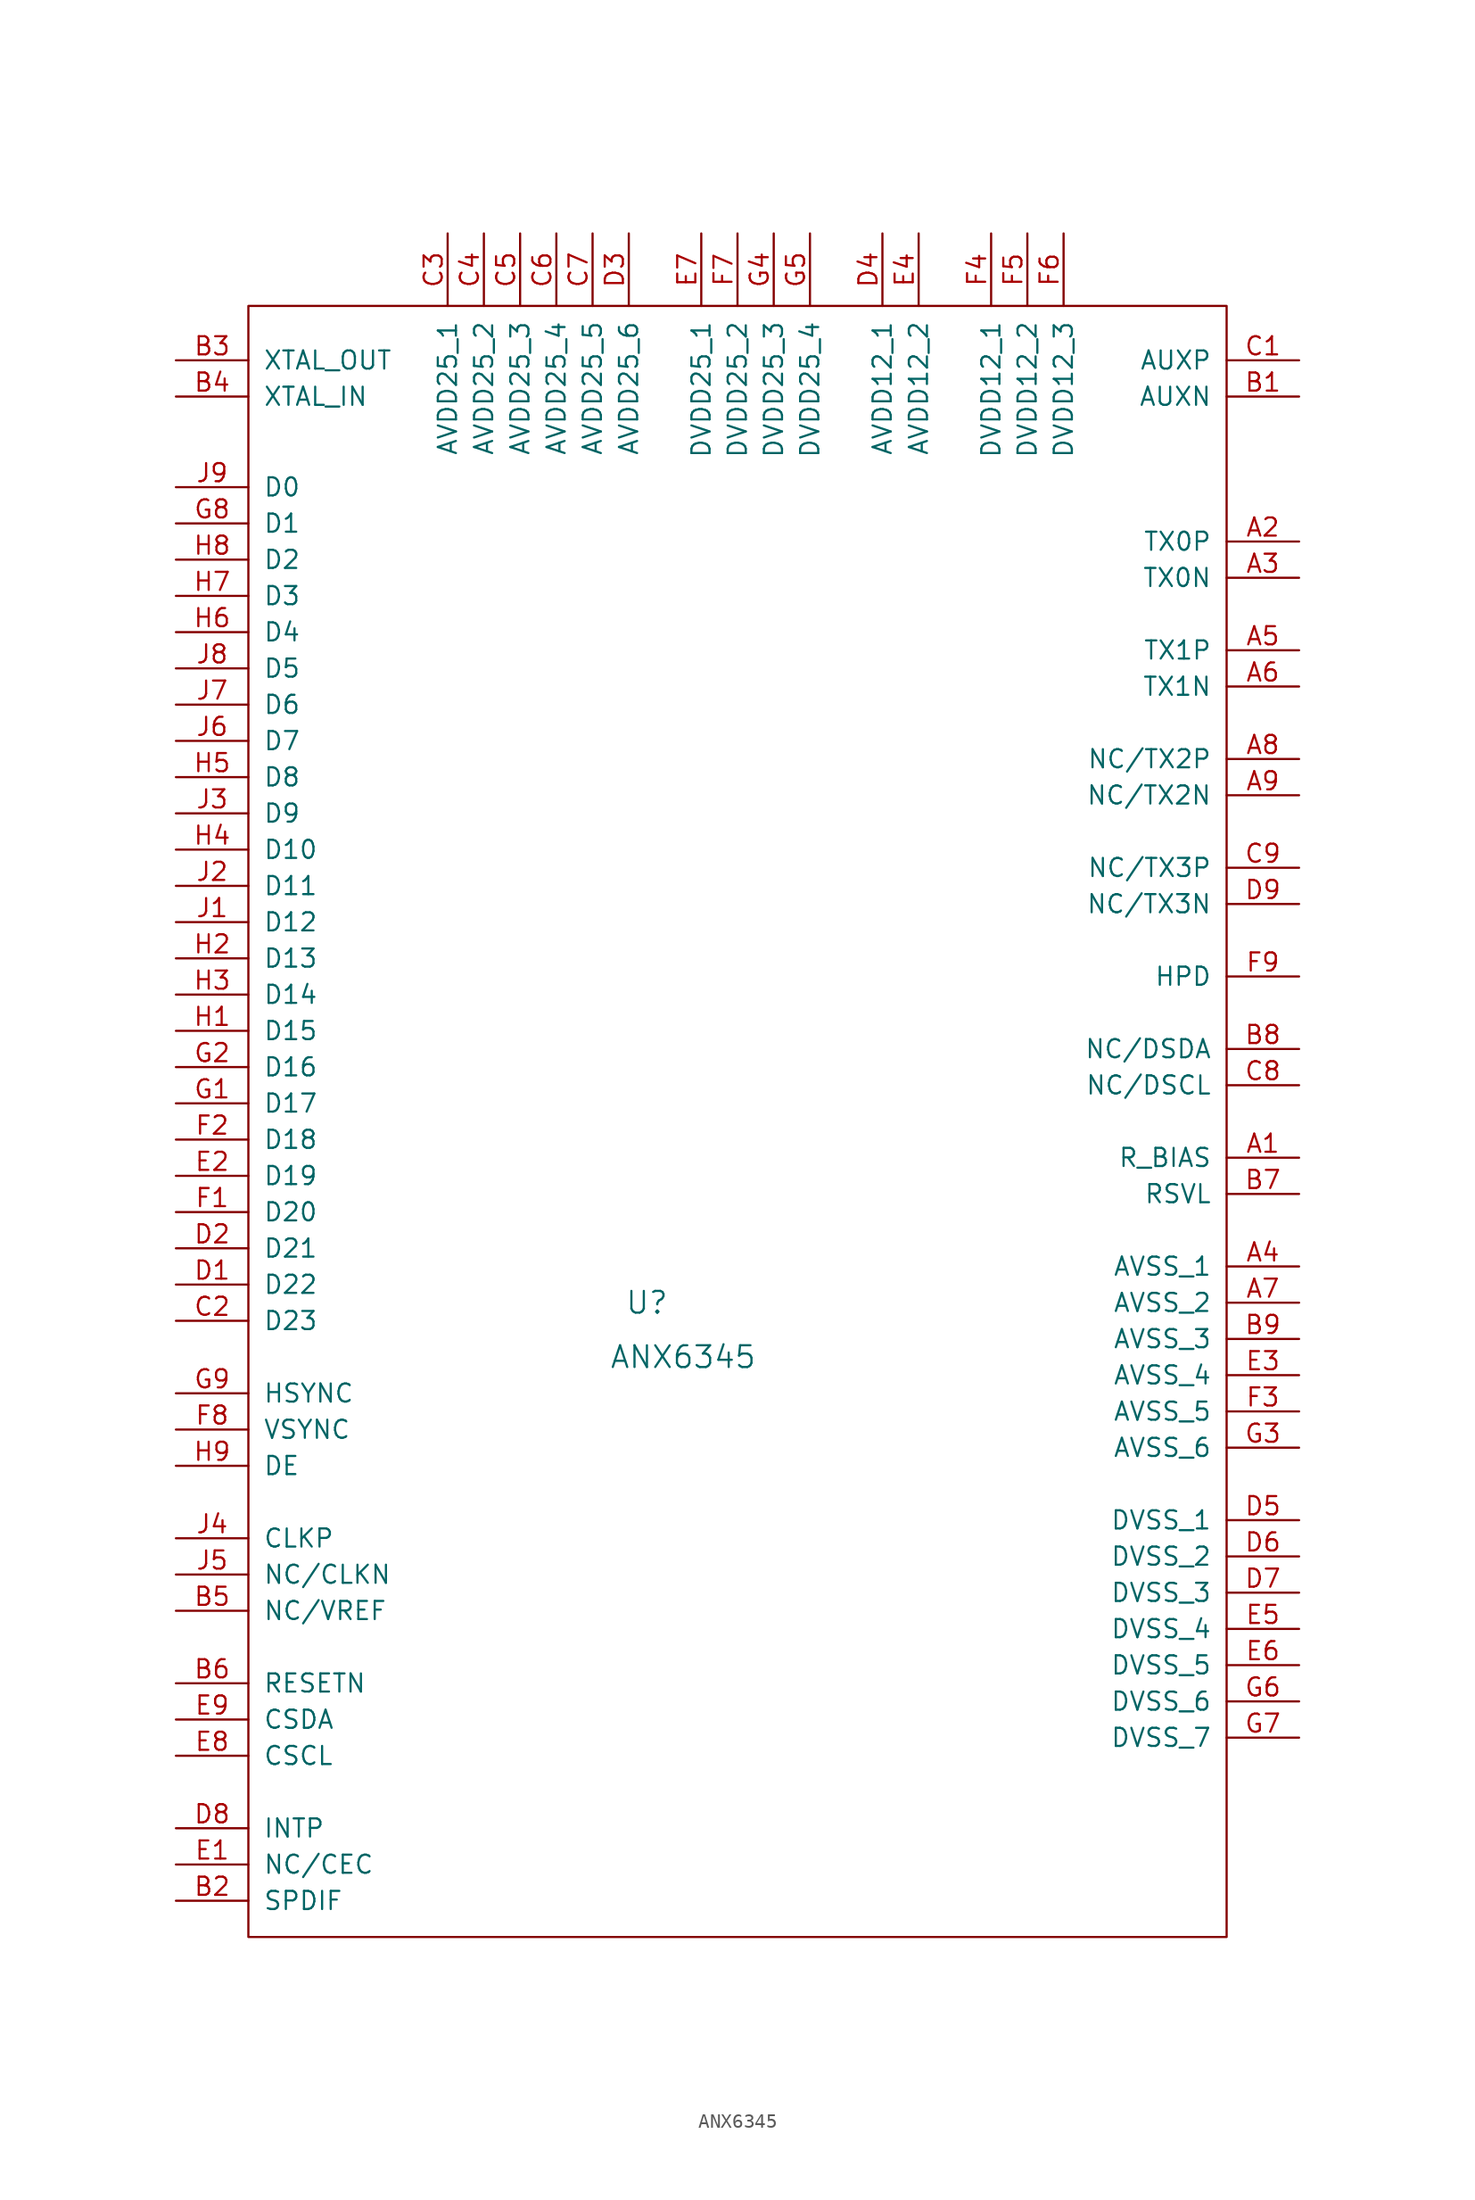
<source format=kicad_sym>
(kicad_symbol_lib
  (version 20241209)
  (generator "kicad_symbol_editor")
  (generator_version "9.0")
  (symbol "ANX6345"
    (pin_names
      (offset 1.016))
    (property "Reference" "U"
      (at -6.35 -17.78 0)
      (effects (font (size 1.524 1.524))))
    (property "Value" "ANX6345"
      (at -3.81 -21.59 0)
      (effects (font (size 1.524 1.524))))
    (symbol "ANX6345_0_1"
      (rectangle (start -34.29 52.07) (end 34.29 -62.23) (stroke (width 0) (type solid)) (fill (type none))))
    (symbol "ANX6345_1_1"
      (pin output line (at -39.37 48.26 0) (length 5.08) (name "XTAL_OUT" (effects (font (size 1.27 1.27)))) (number "B3" (effects (font (size 1.27 1.27)))))
      (pin input line (at -39.37 45.72 0) (length 5.08) (name "XTAL_IN" (effects (font (size 1.27 1.27)))) (number "B4" (effects (font (size 1.27 1.27)))))
      (pin input line (at -39.37 39.37 0) (length 5.08) (name "D0" (effects (font (size 1.27 1.27)))) (number "J9" (effects (font (size 1.27 1.27)))))
      (pin input line (at -39.37 36.83 0) (length 5.08) (name "D1" (effects (font (size 1.27 1.27)))) (number "G8" (effects (font (size 1.27 1.27)))))
      (pin input line (at -39.37 34.29 0) (length 5.08) (name "D2" (effects (font (size 1.27 1.27)))) (number "H8" (effects (font (size 1.27 1.27)))))
      (pin input line (at -39.37 31.75 0) (length 5.08) (name "D3" (effects (font (size 1.27 1.27)))) (number "H7" (effects (font (size 1.27 1.27)))))
      (pin input line (at -39.37 29.21 0) (length 5.08) (name "D4" (effects (font (size 1.27 1.27)))) (number "H6" (effects (font (size 1.27 1.27)))))
      (pin input line (at -39.37 26.67 0) (length 5.08) (name "D5" (effects (font (size 1.27 1.27)))) (number "J8" (effects (font (size 1.27 1.27)))))
      (pin input line (at -39.37 24.13 0) (length 5.08) (name "D6" (effects (font (size 1.27 1.27)))) (number "J7" (effects (font (size 1.27 1.27)))))
      (pin input line (at -39.37 21.59 0) (length 5.08) (name "D7" (effects (font (size 1.27 1.27)))) (number "J6" (effects (font (size 1.27 1.27)))))
      (pin input line (at -39.37 19.05 0) (length 5.08) (name "D8" (effects (font (size 1.27 1.27)))) (number "H5" (effects (font (size 1.27 1.27)))))
      (pin input line (at -39.37 16.51 0) (length 5.08) (name "D9" (effects (font (size 1.27 1.27)))) (number "J3" (effects (font (size 1.27 1.27)))))
      (pin input line (at -39.37 13.97 0) (length 5.08) (name "D10" (effects (font (size 1.27 1.27)))) (number "H4" (effects (font (size 1.27 1.27)))))
      (pin input line (at -39.37 11.43 0) (length 5.08) (name "D11" (effects (font (size 1.27 1.27)))) (number "J2" (effects (font (size 1.27 1.27)))))
      (pin input line (at -39.37 8.89 0) (length 5.08) (name "D12" (effects (font (size 1.27 1.27)))) (number "J1" (effects (font (size 1.27 1.27)))))
      (pin input line (at -39.37 6.35 0) (length 5.08) (name "D13" (effects (font (size 1.27 1.27)))) (number "H2" (effects (font (size 1.27 1.27)))))
      (pin input line (at -39.37 3.81 0) (length 5.08) (name "D14" (effects (font (size 1.27 1.27)))) (number "H3" (effects (font (size 1.27 1.27)))))
      (pin input line (at -39.37 1.27 0) (length 5.08) (name "D15" (effects (font (size 1.27 1.27)))) (number "H1" (effects (font (size 1.27 1.27)))))
      (pin input line (at -39.37 -1.27 0) (length 5.08) (name "D16" (effects (font (size 1.27 1.27)))) (number "G2" (effects (font (size 1.27 1.27)))))
      (pin input line (at -39.37 -3.81 0) (length 5.08) (name "D17" (effects (font (size 1.27 1.27)))) (number "G1" (effects (font (size 1.27 1.27)))))
      (pin input line (at -39.37 -6.35 0) (length 5.08) (name "D18" (effects (font (size 1.27 1.27)))) (number "F2" (effects (font (size 1.27 1.27)))))
      (pin input line (at -39.37 -8.89 0) (length 5.08) (name "D19" (effects (font (size 1.27 1.27)))) (number "E2" (effects (font (size 1.27 1.27)))))
      (pin input line (at -39.37 -11.43 0) (length 5.08) (name "D20" (effects (font (size 1.27 1.27)))) (number "F1" (effects (font (size 1.27 1.27)))))
      (pin input line (at -39.37 -13.97 0) (length 5.08) (name "D21" (effects (font (size 1.27 1.27)))) (number "D2" (effects (font (size 1.27 1.27)))))
      (pin input line (at -39.37 -16.51 0) (length 5.08) (name "D22" (effects (font (size 1.27 1.27)))) (number "D1" (effects (font (size 1.27 1.27)))))
      (pin input line (at -39.37 -19.05 0) (length 5.08) (name "D23" (effects (font (size 1.27 1.27)))) (number "C2" (effects (font (size 1.27 1.27)))))
      (pin input line (at -39.37 -24.13 0) (length 5.08) (name "HSYNC" (effects (font (size 1.27 1.27)))) (number "G9" (effects (font (size 1.27 1.27)))))
      (pin input line (at -39.37 -26.67 0) (length 5.08) (name "VSYNC" (effects (font (size 1.27 1.27)))) (number "F8" (effects (font (size 1.27 1.27)))))
      (pin input line (at -39.37 -29.21 0) (length 5.08) (name "DE" (effects (font (size 1.27 1.27)))) (number "H9" (effects (font (size 1.27 1.27)))))
      (pin input line (at -39.37 -34.29 0) (length 5.08) (name "CLKP" (effects (font (size 1.27 1.27)))) (number "J4" (effects (font (size 1.27 1.27)))))
      (pin input line (at -39.37 -36.83 0) (length 5.08) (name "NC/CLKN" (effects (font (size 1.27 1.27)))) (number "J5" (effects (font (size 1.27 1.27)))))
      (pin power_out line (at -39.37 -39.37 0) (length 5.08) (name "NC/VREF" (effects (font (size 1.27 1.27)))) (number "B5" (effects (font (size 1.27 1.27)))))
      (pin input line (at -39.37 -44.45 0) (length 5.08) (name "RESETN" (effects (font (size 1.27 1.27)))) (number "B6" (effects (font (size 1.27 1.27)))))
      (pin input line (at -39.37 -46.99 0) (length 5.08) (name "CSDA" (effects (font (size 1.27 1.27)))) (number "E9" (effects (font (size 1.27 1.27)))))
      (pin input line (at -39.37 -49.53 0) (length 5.08) (name "CSCL" (effects (font (size 1.27 1.27)))) (number "E8" (effects (font (size 1.27 1.27)))))
      (pin input line (at -39.37 -54.61 0) (length 5.08) (name "INTP" (effects (font (size 1.27 1.27)))) (number "D8" (effects (font (size 1.27 1.27)))))
      (pin input line (at -39.37 -57.15 0) (length 5.08) (name "NC/CEC" (effects (font (size 1.27 1.27)))) (number "E1" (effects (font (size 1.27 1.27)))))
      (pin input line (at -39.37 -59.69 0) (length 5.08) (name "SPDIF" (effects (font (size 1.27 1.27)))) (number "B2" (effects (font (size 1.27 1.27)))))
      (pin power_in line (at -20.32 57.15 270) (length 5.08) (name "AVDD25_1" (effects (font (size 1.27 1.27)))) (number "C3" (effects (font (size 1.27 1.27)))))
      (pin power_in line (at -17.78 57.15 270) (length 5.08) (name "AVDD25_2" (effects (font (size 1.27 1.27)))) (number "C4" (effects (font (size 1.27 1.27)))))
      (pin power_in line (at -15.24 57.15 270) (length 5.08) (name "AVDD25_3" (effects (font (size 1.27 1.27)))) (number "C5" (effects (font (size 1.27 1.27)))))
      (pin power_in line (at -12.7 57.15 270) (length 5.08) (name "AVDD25_4" (effects (font (size 1.27 1.27)))) (number "C6" (effects (font (size 1.27 1.27)))))
      (pin power_in line (at -10.16 57.15 270) (length 5.08) (name "AVDD25_5" (effects (font (size 1.27 1.27)))) (number "C7" (effects (font (size 1.27 1.27)))))
      (pin power_in line (at -7.62 57.15 270) (length 5.08) (name "AVDD25_6" (effects (font (size 1.27 1.27)))) (number "D3" (effects (font (size 1.27 1.27)))))
      (pin power_in line (at -2.54 57.15 270) (length 5.08) (name "DVDD25_1" (effects (font (size 1.27 1.27)))) (number "E7" (effects (font (size 1.27 1.27)))))
      (pin power_in line (at 0 57.15 270) (length 5.08) (name "DVDD25_2" (effects (font (size 1.27 1.27)))) (number "F7" (effects (font (size 1.27 1.27)))))
      (pin power_in line (at 2.54 57.15 270) (length 5.08) (name "DVDD25_3" (effects (font (size 1.27 1.27)))) (number "G4" (effects (font (size 1.27 1.27)))))
      (pin power_in line (at 5.08 57.15 270) (length 5.08) (name "DVDD25_4" (effects (font (size 1.27 1.27)))) (number "G5" (effects (font (size 1.27 1.27)))))
      (pin power_in line (at 10.16 57.15 270) (length 5.08) (name "AVDD12_1" (effects (font (size 1.27 1.27)))) (number "D4" (effects (font (size 1.27 1.27)))))
      (pin power_in line (at 12.7 57.15 270) (length 5.08) (name "AVDD12_2" (effects (font (size 1.27 1.27)))) (number "E4" (effects (font (size 1.27 1.27)))))
      (pin power_in line (at 17.78 57.15 270) (length 5.08) (name "DVDD12_1" (effects (font (size 1.27 1.27)))) (number "F4" (effects (font (size 1.27 1.27)))))
      (pin power_in line (at 20.32 57.15 270) (length 5.08) (name "DVDD12_2" (effects (font (size 1.27 1.27)))) (number "F5" (effects (font (size 1.27 1.27)))))
      (pin power_in line (at 22.86 57.15 270) (length 5.08) (name "DVDD12_3" (effects (font (size 1.27 1.27)))) (number "F6" (effects (font (size 1.27 1.27)))))
      (pin bidirectional line (at 39.37 48.26 180) (length 5.08) (name "AUXP" (effects (font (size 1.27 1.27)))) (number "C1" (effects (font (size 1.27 1.27)))))
      (pin bidirectional line (at 39.37 45.72 180) (length 5.08) (name "AUXN" (effects (font (size 1.27 1.27)))) (number "B1" (effects (font (size 1.27 1.27)))))
      (pin output line (at 39.37 35.56 180) (length 5.08) (name "TX0P" (effects (font (size 1.27 1.27)))) (number "A2" (effects (font (size 1.27 1.27)))))
      (pin output line (at 39.37 33.02 180) (length 5.08) (name "TX0N" (effects (font (size 1.27 1.27)))) (number "A3" (effects (font (size 1.27 1.27)))))
      (pin output line (at 39.37 27.94 180) (length 5.08) (name "TX1P" (effects (font (size 1.27 1.27)))) (number "A5" (effects (font (size 1.27 1.27)))))
      (pin output line (at 39.37 25.4 180) (length 5.08) (name "TX1N" (effects (font (size 1.27 1.27)))) (number "A6" (effects (font (size 1.27 1.27)))))
      (pin output line (at 39.37 20.32 180) (length 5.08) (name "NC/TX2P" (effects (font (size 1.27 1.27)))) (number "A8" (effects (font (size 1.27 1.27)))))
      (pin output line (at 39.37 17.78 180) (length 5.08) (name "NC/TX2N" (effects (font (size 1.27 1.27)))) (number "A9" (effects (font (size 1.27 1.27)))))
      (pin output line (at 39.37 12.7 180) (length 5.08) (name "NC/TX3P" (effects (font (size 1.27 1.27)))) (number "C9" (effects (font (size 1.27 1.27)))))
      (pin output line (at 39.37 10.16 180) (length 5.08) (name "NC/TX3N" (effects (font (size 1.27 1.27)))) (number "D9" (effects (font (size 1.27 1.27)))))
      (pin input line (at 39.37 5.08 180) (length 5.08) (name "HPD" (effects (font (size 1.27 1.27)))) (number "F9" (effects (font (size 1.27 1.27)))))
      (pin bidirectional line (at 39.37 0 180) (length 5.08) (name "NC/DSDA" (effects (font (size 1.27 1.27)))) (number "B8" (effects (font (size 1.27 1.27)))))
      (pin bidirectional line (at 39.37 -2.54 180) (length 5.08) (name "NC/DSCL" (effects (font (size 1.27 1.27)))) (number "C8" (effects (font (size 1.27 1.27)))))
      (pin bidirectional line (at 39.37 -7.62 180) (length 5.08) (name "R_BIAS" (effects (font (size 1.27 1.27)))) (number "A1" (effects (font (size 1.27 1.27)))))
      (pin bidirectional line (at 39.37 -10.16 180) (length 5.08) (name "RSVL" (effects (font (size 1.27 1.27)))) (number "B7" (effects (font (size 1.27 1.27)))))
      (pin power_in line (at 39.37 -15.24 180) (length 5.08) (name "AVSS_1" (effects (font (size 1.27 1.27)))) (number "A4" (effects (font (size 1.27 1.27)))))
      (pin power_in line (at 39.37 -17.78 180) (length 5.08) (name "AVSS_2" (effects (font (size 1.27 1.27)))) (number "A7" (effects (font (size 1.27 1.27)))))
      (pin power_in line (at 39.37 -20.32 180) (length 5.08) (name "AVSS_3" (effects (font (size 1.27 1.27)))) (number "B9" (effects (font (size 1.27 1.27)))))
      (pin power_in line (at 39.37 -22.86 180) (length 5.08) (name "AVSS_4" (effects (font (size 1.27 1.27)))) (number "E3" (effects (font (size 1.27 1.27)))))
      (pin power_in line (at 39.37 -25.4 180) (length 5.08) (name "AVSS_5" (effects (font (size 1.27 1.27)))) (number "F3" (effects (font (size 1.27 1.27)))))
      (pin power_in line (at 39.37 -27.94 180) (length 5.08) (name "AVSS_6" (effects (font (size 1.27 1.27)))) (number "G3" (effects (font (size 1.27 1.27)))))
      (pin power_in line (at 39.37 -33.02 180) (length 5.08) (name "DVSS_1" (effects (font (size 1.27 1.27)))) (number "D5" (effects (font (size 1.27 1.27)))))
      (pin power_in line (at 39.37 -35.56 180) (length 5.08) (name "DVSS_2" (effects (font (size 1.27 1.27)))) (number "D6" (effects (font (size 1.27 1.27)))))
      (pin power_in line (at 39.37 -38.1 180) (length 5.08) (name "DVSS_3" (effects (font (size 1.27 1.27)))) (number "D7" (effects (font (size 1.27 1.27)))))
      (pin power_in line (at 39.37 -40.64 180) (length 5.08) (name "DVSS_4" (effects (font (size 1.27 1.27)))) (number "E5" (effects (font (size 1.27 1.27)))))
      (pin power_in line (at 39.37 -43.18 180) (length 5.08) (name "DVSS_5" (effects (font (size 1.27 1.27)))) (number "E6" (effects (font (size 1.27 1.27)))))
      (pin power_in line (at 39.37 -45.72 180) (length 5.08) (name "DVSS_6" (effects (font (size 1.27 1.27)))) (number "G6" (effects (font (size 1.27 1.27)))))
      (pin power_in line (at 39.37 -48.26 180) (length 5.08) (name "DVSS_7" (effects (font (size 1.27 1.27)))) (number "G7" (effects (font (size 1.27 1.27))))))))
</source>
